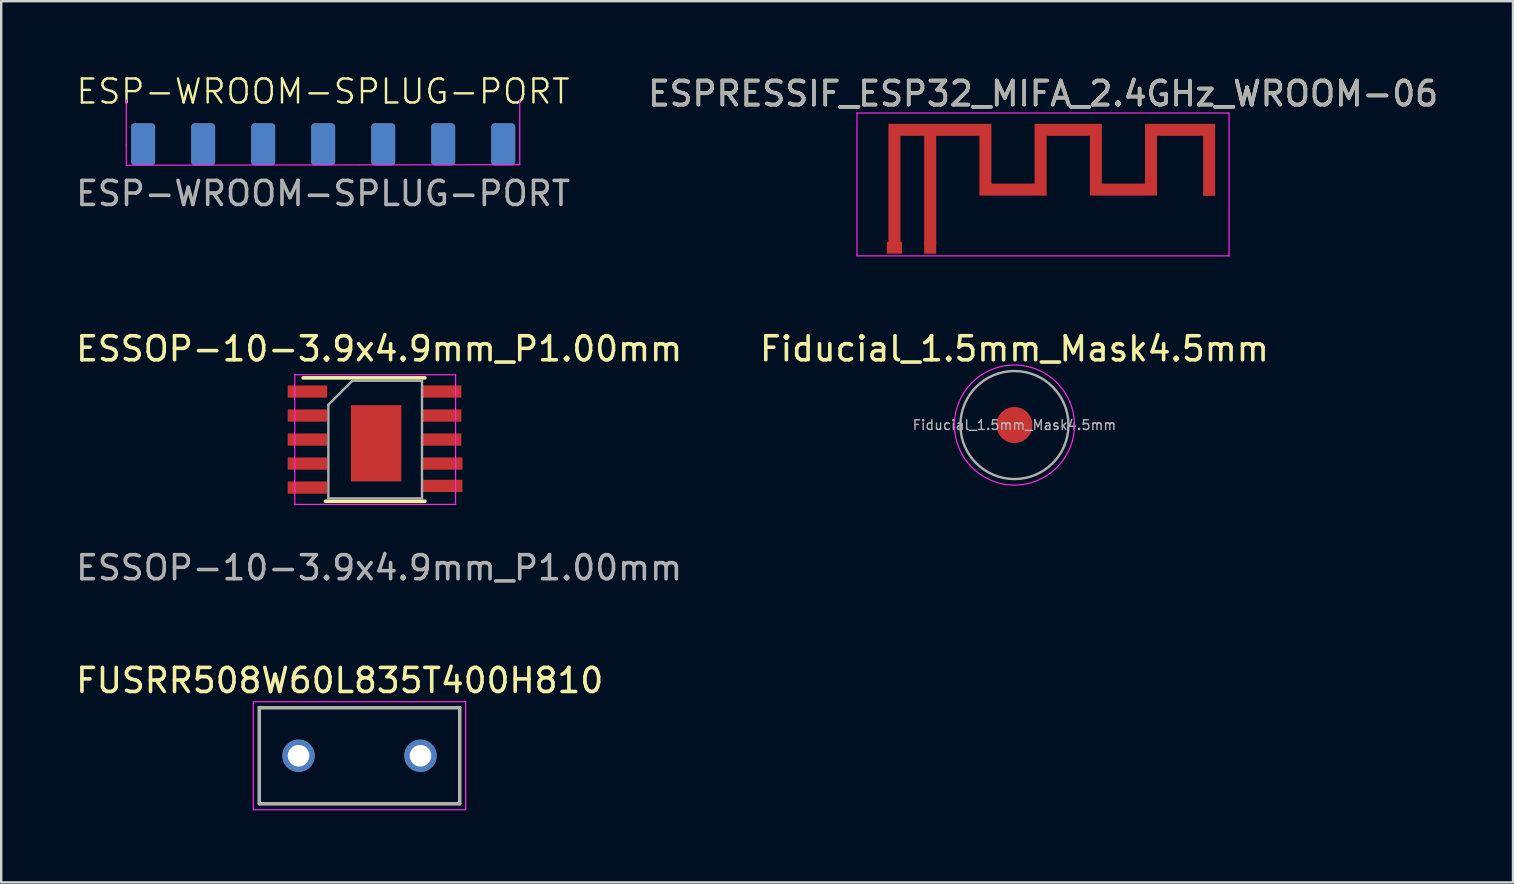
<source format=kicad_pcb>
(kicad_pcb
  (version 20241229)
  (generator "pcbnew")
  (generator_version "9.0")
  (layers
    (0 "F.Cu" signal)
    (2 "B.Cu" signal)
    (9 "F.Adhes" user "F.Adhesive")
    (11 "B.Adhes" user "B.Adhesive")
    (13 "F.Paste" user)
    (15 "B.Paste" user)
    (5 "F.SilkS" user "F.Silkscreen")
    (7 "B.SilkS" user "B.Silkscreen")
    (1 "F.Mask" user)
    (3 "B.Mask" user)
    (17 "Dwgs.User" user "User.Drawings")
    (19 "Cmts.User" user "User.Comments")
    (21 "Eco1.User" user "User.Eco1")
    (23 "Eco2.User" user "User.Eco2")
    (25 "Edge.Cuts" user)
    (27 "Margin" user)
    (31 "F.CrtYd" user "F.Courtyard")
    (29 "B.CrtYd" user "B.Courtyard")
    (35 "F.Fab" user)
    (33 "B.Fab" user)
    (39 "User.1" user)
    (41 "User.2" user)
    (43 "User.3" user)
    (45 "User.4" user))
  (footprint "FUSRR508W60L835T400H810"
    (layer "F.Cu")
    (at 11.926 28.433)
    (property "Reference" "FUSRR508W60L835T400H810" (at -0.825 -3.135 0) (layer "F.SilkS") (effects (font (size 1 1) (thickness 0.15))))
    (attr through_hole)
    (fp_line (start -4.175 -2) (end -4.175 2) (stroke (width 0.127) (type solid)) (layer "F.SilkS"))
    (fp_line (start -4.175 2) (end 4.175 2) (stroke (width 0.127) (type solid)) (layer "F.SilkS"))
    (fp_line (start 4.175 -2) (end -4.175 -2) (stroke (width 0.127) (type solid)) (layer "F.SilkS"))
    (fp_line (start 4.175 2) (end 4.175 -2) (stroke (width 0.127) (type solid)) (layer "F.SilkS"))
    (fp_line (start -4.425 -2.25) (end 4.425 -2.25) (stroke (width 0.05) (type solid)) (layer "F.CrtYd"))
    (fp_line (start -4.425 2.25) (end -4.425 -2.25) (stroke (width 0.05) (type solid)) (layer "F.CrtYd"))
    (fp_line (start 4.425 -2.25) (end 4.425 2.25) (stroke (width 0.05) (type solid)) (layer "F.CrtYd"))
    (fp_line (start 4.425 2.25) (end -4.425 2.25) (stroke (width 0.05) (type solid)) (layer "F.CrtYd"))
    (fp_line (start -4.175 -2) (end -4.175 2) (stroke (width 0.127) (type solid)) (layer "F.Fab"))
    (fp_line (start -4.175 2) (end 4.175 2) (stroke (width 0.127) (type solid)) (layer "F.Fab"))
    (fp_line (start 4.175 -2) (end -4.175 -2) (stroke (width 0.127) (type solid)) (layer "F.Fab"))
    (fp_line (start 4.175 2) (end 4.175 -2) (stroke (width 0.127) (type solid)) (layer "F.Fab"))
    (pad "1" thru_hole circle (at -2.54 0) (size 1.35 1.35) (drill 0.9) (layers "*.Cu" "*.Mask"))
    (pad "2" thru_hole circle (at 2.54 0) (size 1.35 1.35) (drill 0.9) (layers "*.Cu" "*.Mask")))
  (footprint "ESP-WROOM-SPLUG-PORT"
    (layer "F.Cu")
    (at 10.411 2.961)
    (property "Reference" "ESP-WROOM-SPLUG-PORT" (at 0 -2.2 0) (unlocked yes) (layer "F.SilkS") (effects (font (size 1 1) (thickness 0.1))))
    (attr through_hole)
    (fp_line (start -8.2 -1.85) (end -8.2 0.03) (stroke (width 0.05) (type default)) (layer "F.CrtYd"))
    (fp_line (start -8.2 0.03) (end -8.2 0.87) (stroke (width 0.05) (type default)) (layer "F.CrtYd"))
    (fp_line (start -8.2 0.87) (end 8.19 0.85) (stroke (width 0.05) (type default)) (layer "F.CrtYd"))
    (fp_line (start 8.19 0.85) (end 8.19 -1.85) (stroke (width 0.05) (type default)) (layer "F.CrtYd"))
    (fp_text user "${REFERENCE}" (at 0 2.05 0) (unlocked yes) (layer "F.Fab") (effects (font (size 1 1) (thickness 0.15))))
    (pad "1" smd roundrect (at -7.5 0 90) (size 1.75 1) (layers "F.Cu" "F.Mask" "F.Paste") (roundrect_rratio 0.15))
    (pad "2" smd roundrect (at -5 0 90) (size 1.75 1) (layers "F.Cu" "F.Mask" "F.Paste") (roundrect_rratio 0.15))
    (pad "3" smd roundrect (at -2.5 0 90) (size 1.75 1) (layers "F.Cu" "F.Mask" "F.Paste") (roundrect_rratio 0.15))
    (pad "4" smd roundrect (at 0 0 90) (size 1.75 1) (layers "F.Cu" "F.Mask" "F.Paste") (roundrect_rratio 0.15))
    (pad "5" smd roundrect (at 2.5 0 90) (size 1.75 1) (layers "F.Cu" "F.Mask" "F.Paste") (roundrect_rratio 0.15))
    (pad "6" smd roundrect (at 5 0 90) (size 1.75 1) (layers "F.Cu" "F.Mask" "F.Paste") (roundrect_rratio 0.15))
    (pad "7" smd roundrect (at 7.5 0 90) (size 1.75 1) (layers "F.Cu" "F.Mask" "F.Paste") (roundrect_rratio 0.15))
    (pad "8" smd roundrect (at 7.5 0 90) (size 1.75 1) (layers "B.Cu" "B.Mask" "B.Paste") (roundrect_rratio 0.15))
    (pad "9" smd roundrect (at 5 0 90) (size 1.75 1) (layers "B.Cu" "B.Mask" "B.Paste") (roundrect_rratio 0.15))
    (pad "10" smd roundrect (at 2.5 0 90) (size 1.75 1) (layers "B.Cu" "B.Mask" "B.Paste") (roundrect_rratio 0.15))
    (pad "11" smd roundrect (at 0 0 90) (size 1.75 1) (layers "B.Cu" "B.Mask" "B.Paste") (roundrect_rratio 0.15))
    (pad "12" smd roundrect (at -2.5 0 90) (size 1.75 1) (layers "B.Cu" "B.Mask" "B.Paste") (roundrect_rratio 0.15))
    (pad "13" smd roundrect (at -5 0 90) (size 1.75 1) (layers "B.Cu" "B.Mask" "B.Paste") (roundrect_rratio 0.15))
    (pad "14" smd roundrect (at -7.5 0 90) (size 1.75 1) (layers "B.Cu" "B.Mask" "B.Paste") (roundrect_rratio 0.15)))
  (footprint "ESSOP-10-3.9x4.9mm_P1.00mm"
    (layer "F.Cu")
    (at 12.744 15.291)
    (property "Reference" "ESSOP-10-3.9x4.9mm_P1.00mm" (at 0 -3.81 0) (unlocked yes) (layer "F.SilkS") (effects (font (size 1 1) (thickness 0.15))))
    (attr smd)
    (fp_line (start -3.165 -2.6) (end 1.905 -2.6) (stroke (width 0.15) (type solid)) (layer "F.SilkS"))
    (fp_line (start -2.235 2.54) (end 1.905 2.54) (stroke (width 0.15) (type solid)) (layer "F.SilkS"))
    (fp_line (start -3.515 -2.73) (end -3.515 2.67) (stroke (width 0.05) (type solid)) (layer "F.CrtYd"))
    (fp_line (start -3.515 -2.73) (end 3.185 -2.73) (stroke (width 0.05) (type solid)) (layer "F.CrtYd"))
    (fp_line (start -3.515 2.67) (end 3.185 2.67) (stroke (width 0.05) (type solid)) (layer "F.CrtYd"))
    (fp_line (start 3.185 -2.73) (end 3.185 2.67) (stroke (width 0.05) (type solid)) (layer "F.CrtYd"))
    (fp_line (start -2.115 -1.48) (end -1.115 -2.48) (stroke (width 0.1) (type solid)) (layer "F.Fab"))
    (fp_line (start -2.115 2.42) (end -2.115 -1.48) (stroke (width 0.1) (type solid)) (layer "F.Fab"))
    (fp_line (start -1.115 -2.48) (end 1.785 -2.48) (stroke (width 0.1) (type solid)) (layer "F.Fab"))
    (fp_line (start 1.785 -2.48) (end 1.785 2.42) (stroke (width 0.1) (type solid)) (layer "F.Fab"))
    (fp_line (start 1.785 2.42) (end -2.115 2.42) (stroke (width 0.1) (type solid)) (layer "F.Fab"))
    (fp_text user "${REFERENCE}" (at 0 5.31 0) (unlocked yes) (layer "F.Fab") (effects (font (size 1 1) (thickness 0.15))))
    (pad "1" smd rect (at -2.987 -2.03) (size 1.645 0.51) (layers "F.Cu" "F.Mask" "F.Paste"))
    (pad "2" smd rect (at -2.987 -1.03) (size 1.645 0.51) (layers "F.Cu" "F.Mask" "F.Paste"))
    (pad "3" smd rect (at -2.987 -0.03) (size 1.645 0.51) (layers "F.Cu" "F.Mask" "F.Paste"))
    (pad "4" smd rect (at -2.987 0.97) (size 1.645 0.51) (layers "F.Cu" "F.Mask" "F.Paste"))
    (pad "5" smd rect (at -2.987 1.97) (size 1.645 0.51) (layers "F.Cu" "F.Mask" "F.Paste"))
    (pad "6" smd rect (at 2.65 1.9) (size 1.64 0.51) (layers "F.Cu" "F.Mask" "F.Paste"))
    (pad "7" smd rect (at 2.65 0.97) (size 1.64 0.51) (layers "F.Cu" "F.Mask" "F.Paste"))
    (pad "8" smd rect (at 2.625 -0.03) (size 1.6 0.51) (layers "F.Cu" "F.Mask" "F.Paste"))
    (pad "9" smd rect (at 2.625 -1.03) (size 1.6 0.51) (layers "F.Cu" "F.Mask" "F.Paste"))
    (pad "10" smd rect (at 2.625 -2.03) (size 1.6 0.51) (layers "F.Cu" "F.Mask" "F.Paste"))
    (pad "11" smd rect (at -0.125 0.125) (size 2.1 3.175) (layers "F.Cu" "F.Mask" "F.Paste")))
  (footprint "Fiducial_1.5mm_Mask4.5mm"
    (layer "F.Cu")
    (at 39.208 14.656)
    (property "Reference" "Fiducial_1.5mm_Mask4.5mm" (at 0 -3.175 0) (layer "F.SilkS") (effects (font (size 1 1) (thickness 0.15))))
    (attr smd)
    (fp_circle (center 0 0) (end 2.5 0) (stroke (width 0.05) (type solid)) (fill no) (layer "F.CrtYd"))
    (fp_circle (center 0 0) (end 2.25 0) (stroke (width 0.1) (type solid)) (fill no) (layer "F.Fab"))
    (fp_text user "${REFERENCE}" (at 0 0 0) (layer "F.Fab") (effects (font (size 0.4 0.4) (thickness 0.06))))
    (pad "" smd circle (at 0 0) (size 1.5 1.5) (layers "F.Cu" "F.Mask")))
  (footprint "ESPRESSIF_ESP32_MIFA_2.4GHz_WROOM-06"
    (layer "F.Cu")
    (at 35.849 7.258)
    (property "Reference" "ESPRESSIF_ESP32_MIFA_2.4GHz_WROOM-06" (at 4.55 -6.41 0) (layer "F.SilkS") (effects (font (size 1 1) (thickness 0.15))))
    (attr exclude_from_pos_files)
    (fp_poly (pts (xy 9.3 -4.65) (xy 11.22 -4.65) (xy 11.22 -2.15) (xy 11.72 -2.15) (xy 11.72 -5.15) (xy 8.8 -5.15) (xy 8.8 -2.66) (xy 7 -2.66) (xy 7 -5.15) (xy 4.2 -5.15) (xy 4.2 -2.66) (xy 2.4 -2.66) (xy 2.4 -5.15) (xy -1.89 -5.15) (xy -1.89 -0.15) (xy -1.39 -0.15) (xy -1.39 -4.65) (xy -0.4 -4.65) (xy -0.4 -0.15) (xy 0.1 -0.15) (xy 0.1 -4.65) (xy 1.9 -4.65) (xy 1.9 -2.16) (xy 4.7 -2.16) (xy 4.7 -4.65) (xy 6.5 -4.65) (xy 6.5 -2.16) (xy 9.3 -2.16)) (stroke (width 0) (type solid)) (fill yes) (layer "F.Cu"))
    (fp_line (start -3.2 -5.6) (end 12.3 -5.6) (stroke (width 0.05) (type solid)) (layer "F.CrtYd"))
    (fp_line (start -3.2 0.35) (end -3.2 -5.6) (stroke (width 0.05) (type solid)) (layer "F.CrtYd"))
    (fp_line (start 12.3 -5.6) (end 12.3 0.35) (stroke (width 0.05) (type solid)) (layer "F.CrtYd"))
    (fp_line (start 12.3 0.35) (end -3.2 0.35) (stroke (width 0.05) (type solid)) (layer "F.CrtYd"))
    (fp_text user "${REFERENCE}" (at 4.55 -6.4 0) (layer "F.Fab") (effects (font (size 1 1) (thickness 0.15))))
    (pad "1" connect rect (at -0.15 0.01) (size 0.5 0.5) (layers "F.Cu"))
    (pad "2" smd rect (at -1.64 0.01) (size 0.63 0.49) (layers "F.Cu" "F.Mask")))
  (gr_rect
    (start -3 -3)
    (end 59.976 33.708)
    (stroke (width 0.1) (type default))
    (fill no)
    (layer "Edge.Cuts")))
</source>
